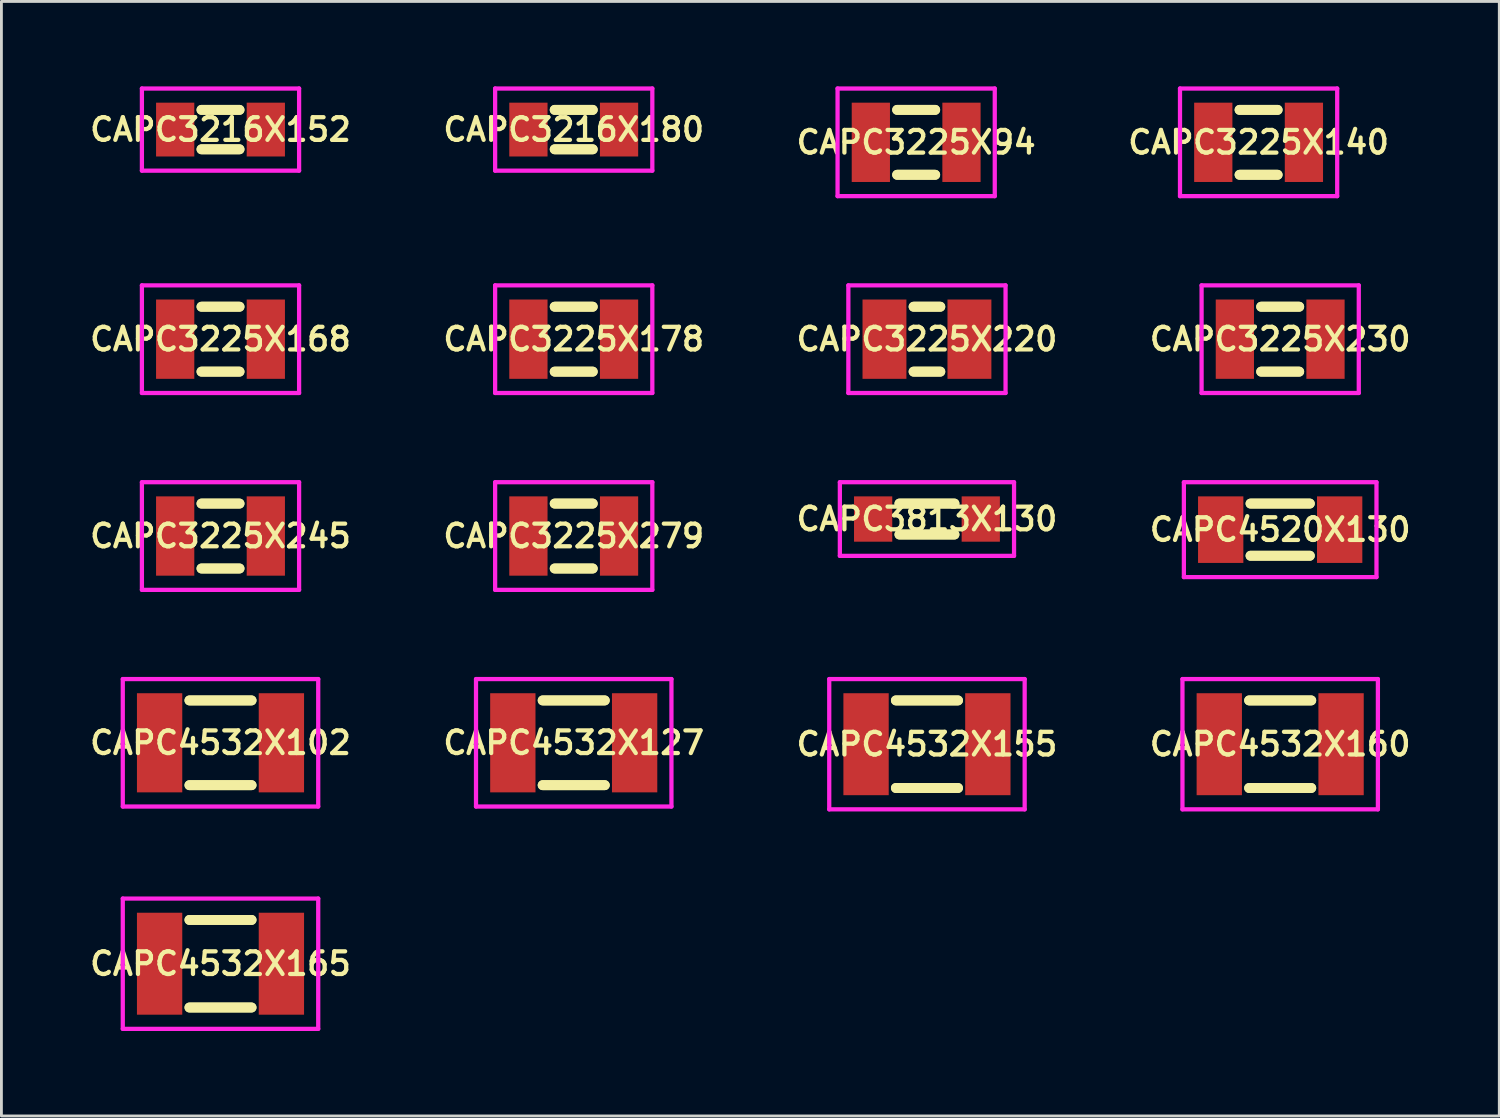
<source format=kicad_pcb>
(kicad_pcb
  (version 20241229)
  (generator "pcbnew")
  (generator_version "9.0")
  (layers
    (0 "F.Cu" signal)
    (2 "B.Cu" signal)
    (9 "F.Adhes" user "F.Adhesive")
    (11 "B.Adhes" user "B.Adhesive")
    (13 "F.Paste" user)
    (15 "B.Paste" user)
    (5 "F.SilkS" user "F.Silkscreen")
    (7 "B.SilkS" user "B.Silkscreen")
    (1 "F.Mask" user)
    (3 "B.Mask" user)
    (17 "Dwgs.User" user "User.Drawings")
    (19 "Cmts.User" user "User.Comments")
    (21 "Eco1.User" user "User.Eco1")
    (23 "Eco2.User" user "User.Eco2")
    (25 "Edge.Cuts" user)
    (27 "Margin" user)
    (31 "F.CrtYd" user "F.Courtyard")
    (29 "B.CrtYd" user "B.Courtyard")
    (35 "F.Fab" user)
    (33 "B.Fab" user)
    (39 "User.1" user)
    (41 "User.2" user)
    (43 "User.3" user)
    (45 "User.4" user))
  (footprint "CAPC3225X220"
    (layer "F.Cu")
    (at 29.677 8.925)
    (property "Reference" "CAPC3225X220" (at 0 0 0) (layer "F.SilkS") (effects (font (size 0.8 0.8) (thickness 0.15))))
    (attr smd)
    (fp_line (start -0.471 -1.146) (end 0.471 -1.146) (stroke (width 0.35) (type solid)) (layer "F.SilkS"))
    (fp_line (start -0.471 1.146) (end 0.471 1.146) (stroke (width 0.35) (type solid)) (layer "F.SilkS"))
    (fp_line (start 0.471 -1.146) (end -0.471 -1.146) (stroke (width 0.35) (type solid)) (layer "F.SilkS"))
    (fp_line (start 0.471 1.146) (end -0.471 1.146) (stroke (width 0.35) (type solid)) (layer "F.SilkS"))
    (fp_line (start -2.775 -1.9) (end 2.775 -1.9) (stroke (width 0.15) (type solid)) (layer "F.CrtYd"))
    (fp_line (start -2.775 1.9) (end -2.775 -1.9) (stroke (width 0.15) (type solid)) (layer "F.CrtYd"))
    (fp_line (start 2.775 -1.9) (end 2.775 1.9) (stroke (width 0.15) (type solid)) (layer "F.CrtYd"))
    (fp_line (start 2.775 1.9) (end -2.775 1.9) (stroke (width 0.15) (type solid)) (layer "F.CrtYd"))
    (pad "1" smd rect (at -1.5 0) (size 1.55 2.8) (layers "F.Cu" "F.Mask" "F.Paste"))
    (pad "2" smd rect (at 1.5 0) (size 1.55 2.8) (layers "F.Cu" "F.Mask" "F.Paste")))
  (footprint "CAPC4532X160"
    (layer "F.Cu")
    (at 42.148 23.225)
    (property "Reference" "CAPC4532X160" (at 0 0 0) (layer "F.SilkS") (effects (font (size 0.8 0.8) (thickness 0.15))))
    (attr smd)
    (fp_line (start -1.096 -1.546) (end 1.096 -1.546) (stroke (width 0.35) (type solid)) (layer "F.SilkS"))
    (fp_line (start -1.096 1.546) (end 1.096 1.546) (stroke (width 0.35) (type solid)) (layer "F.SilkS"))
    (fp_line (start 1.096 -1.546) (end -1.096 -1.546) (stroke (width 0.35) (type solid)) (layer "F.SilkS"))
    (fp_line (start 1.096 1.546) (end -1.096 1.546) (stroke (width 0.35) (type solid)) (layer "F.SilkS"))
    (fp_line (start -3.45 -2.3) (end 3.45 -2.3) (stroke (width 0.15) (type solid)) (layer "F.CrtYd"))
    (fp_line (start -3.45 2.3) (end -3.45 -2.3) (stroke (width 0.15) (type solid)) (layer "F.CrtYd"))
    (fp_line (start 3.45 -2.3) (end 3.45 2.3) (stroke (width 0.15) (type solid)) (layer "F.CrtYd"))
    (fp_line (start 3.45 2.3) (end -3.45 2.3) (stroke (width 0.15) (type solid)) (layer "F.CrtYd"))
    (pad "1" smd rect (at -2.15 0) (size 1.6 3.6) (layers "F.Cu" "F.Mask" "F.Paste"))
    (pad "2" smd rect (at 2.15 0) (size 1.6 3.6) (layers "F.Cu" "F.Mask" "F.Paste")))
  (footprint "CAPC4532X155"
    (layer "F.Cu")
    (at 29.677 23.225)
    (property "Reference" "CAPC4532X155" (at 0 0 0) (layer "F.SilkS") (effects (font (size 0.8 0.8) (thickness 0.15))))
    (attr smd)
    (fp_line (start -1.096 -1.546) (end 1.096 -1.546) (stroke (width 0.35) (type solid)) (layer "F.SilkS"))
    (fp_line (start -1.096 1.546) (end 1.096 1.546) (stroke (width 0.35) (type solid)) (layer "F.SilkS"))
    (fp_line (start 1.096 -1.546) (end -1.096 -1.546) (stroke (width 0.35) (type solid)) (layer "F.SilkS"))
    (fp_line (start 1.096 1.546) (end -1.096 1.546) (stroke (width 0.35) (type solid)) (layer "F.SilkS"))
    (fp_line (start -3.45 -2.3) (end 3.45 -2.3) (stroke (width 0.15) (type solid)) (layer "F.CrtYd"))
    (fp_line (start -3.45 2.3) (end -3.45 -2.3) (stroke (width 0.15) (type solid)) (layer "F.CrtYd"))
    (fp_line (start 3.45 -2.3) (end 3.45 2.3) (stroke (width 0.15) (type solid)) (layer "F.CrtYd"))
    (fp_line (start 3.45 2.3) (end -3.45 2.3) (stroke (width 0.15) (type solid)) (layer "F.CrtYd"))
    (pad "1" smd rect (at -2.15 0) (size 1.6 3.6) (layers "F.Cu" "F.Mask" "F.Paste"))
    (pad "2" smd rect (at 2.15 0) (size 1.6 3.6) (layers "F.Cu" "F.Mask" "F.Paste")))
  (footprint "CAPC3225X94"
    (layer "F.Cu")
    (at 29.296 1.975)
    (property "Reference" "CAPC3225X94" (at 0 0 0) (layer "F.SilkS") (effects (font (size 0.8 0.8) (thickness 0.15))))
    (attr smd)
    (fp_line (start -0.671 -1.146) (end 0.671 -1.146) (stroke (width 0.35) (type solid)) (layer "F.SilkS"))
    (fp_line (start -0.671 1.146) (end 0.671 1.146) (stroke (width 0.35) (type solid)) (layer "F.SilkS"))
    (fp_line (start 0.671 -1.146) (end -0.671 -1.146) (stroke (width 0.35) (type solid)) (layer "F.SilkS"))
    (fp_line (start 0.671 1.146) (end -0.671 1.146) (stroke (width 0.35) (type solid)) (layer "F.SilkS"))
    (fp_line (start -2.775 -1.9) (end 2.775 -1.9) (stroke (width 0.15) (type solid)) (layer "F.CrtYd"))
    (fp_line (start -2.775 1.9) (end -2.775 -1.9) (stroke (width 0.15) (type solid)) (layer "F.CrtYd"))
    (fp_line (start 2.775 -1.9) (end 2.775 1.9) (stroke (width 0.15) (type solid)) (layer "F.CrtYd"))
    (fp_line (start 2.775 1.9) (end -2.775 1.9) (stroke (width 0.15) (type solid)) (layer "F.CrtYd"))
    (pad "1" smd rect (at -1.6 0) (size 1.35 2.8) (layers "F.Cu" "F.Mask" "F.Paste"))
    (pad "2" smd rect (at 1.6 0) (size 1.35 2.8) (layers "F.Cu" "F.Mask" "F.Paste")))
  (footprint "CAPC3225X230"
    (layer "F.Cu")
    (at 42.148 8.925)
    (property "Reference" "CAPC3225X230" (at 0 0 0) (layer "F.SilkS") (effects (font (size 0.8 0.8) (thickness 0.15))))
    (attr smd)
    (fp_line (start -0.671 -1.146) (end 0.671 -1.146) (stroke (width 0.35) (type solid)) (layer "F.SilkS"))
    (fp_line (start -0.671 1.146) (end 0.671 1.146) (stroke (width 0.35) (type solid)) (layer "F.SilkS"))
    (fp_line (start 0.671 -1.146) (end -0.671 -1.146) (stroke (width 0.35) (type solid)) (layer "F.SilkS"))
    (fp_line (start 0.671 1.146) (end -0.671 1.146) (stroke (width 0.35) (type solid)) (layer "F.SilkS"))
    (fp_line (start -2.775 -1.9) (end 2.775 -1.9) (stroke (width 0.15) (type solid)) (layer "F.CrtYd"))
    (fp_line (start -2.775 1.9) (end -2.775 -1.9) (stroke (width 0.15) (type solid)) (layer "F.CrtYd"))
    (fp_line (start 2.775 -1.9) (end 2.775 1.9) (stroke (width 0.15) (type solid)) (layer "F.CrtYd"))
    (fp_line (start 2.775 1.9) (end -2.775 1.9) (stroke (width 0.15) (type solid)) (layer "F.CrtYd"))
    (pad "1" smd rect (at -1.6 0) (size 1.35 2.8) (layers "F.Cu" "F.Mask" "F.Paste"))
    (pad "2" smd rect (at 1.6 0) (size 1.35 2.8) (layers "F.Cu" "F.Mask" "F.Paste")))
  (footprint "CAPC3225X140"
    (layer "F.Cu")
    (at 41.386 1.975)
    (property "Reference" "CAPC3225X140" (at 0 0 0) (layer "F.SilkS") (effects (font (size 0.8 0.8) (thickness 0.15))))
    (attr smd)
    (fp_line (start -0.671 -1.146) (end 0.671 -1.146) (stroke (width 0.35) (type solid)) (layer "F.SilkS"))
    (fp_line (start -0.671 1.146) (end 0.671 1.146) (stroke (width 0.35) (type solid)) (layer "F.SilkS"))
    (fp_line (start 0.671 -1.146) (end -0.671 -1.146) (stroke (width 0.35) (type solid)) (layer "F.SilkS"))
    (fp_line (start 0.671 1.146) (end -0.671 1.146) (stroke (width 0.35) (type solid)) (layer "F.SilkS"))
    (fp_line (start -2.775 -1.9) (end 2.775 -1.9) (stroke (width 0.15) (type solid)) (layer "F.CrtYd"))
    (fp_line (start -2.775 1.9) (end -2.775 -1.9) (stroke (width 0.15) (type solid)) (layer "F.CrtYd"))
    (fp_line (start 2.775 -1.9) (end 2.775 1.9) (stroke (width 0.15) (type solid)) (layer "F.CrtYd"))
    (fp_line (start 2.775 1.9) (end -2.775 1.9) (stroke (width 0.15) (type solid)) (layer "F.CrtYd"))
    (pad "1" smd rect (at -1.6 0) (size 1.35 2.8) (layers "F.Cu" "F.Mask" "F.Paste"))
    (pad "2" smd rect (at 1.6 0) (size 1.35 2.8) (layers "F.Cu" "F.Mask" "F.Paste")))
  (footprint "CAPC3225X245"
    (layer "F.Cu")
    (at 4.735 15.875)
    (property "Reference" "CAPC3225X245" (at 0 0 0) (layer "F.SilkS") (effects (font (size 0.8 0.8) (thickness 0.15))))
    (attr smd)
    (fp_line (start -0.671 -1.146) (end 0.671 -1.146) (stroke (width 0.35) (type solid)) (layer "F.SilkS"))
    (fp_line (start -0.671 1.146) (end 0.671 1.146) (stroke (width 0.35) (type solid)) (layer "F.SilkS"))
    (fp_line (start 0.671 -1.146) (end -0.671 -1.146) (stroke (width 0.35) (type solid)) (layer "F.SilkS"))
    (fp_line (start 0.671 1.146) (end -0.671 1.146) (stroke (width 0.35) (type solid)) (layer "F.SilkS"))
    (fp_line (start -2.775 -1.9) (end 2.775 -1.9) (stroke (width 0.15) (type solid)) (layer "F.CrtYd"))
    (fp_line (start -2.775 1.9) (end -2.775 -1.9) (stroke (width 0.15) (type solid)) (layer "F.CrtYd"))
    (fp_line (start 2.775 -1.9) (end 2.775 1.9) (stroke (width 0.15) (type solid)) (layer "F.CrtYd"))
    (fp_line (start 2.775 1.9) (end -2.775 1.9) (stroke (width 0.15) (type solid)) (layer "F.CrtYd"))
    (pad "1" smd rect (at -1.6 0) (size 1.35 2.8) (layers "F.Cu" "F.Mask" "F.Paste"))
    (pad "2" smd rect (at 1.6 0) (size 1.35 2.8) (layers "F.Cu" "F.Mask" "F.Paste")))
  (footprint "CAPC3216X180"
    (layer "F.Cu")
    (at 17.206 1.525)
    (property "Reference" "CAPC3216X180" (at 0 0 0) (layer "F.SilkS") (effects (font (size 0.8 0.8) (thickness 0.15))))
    (attr smd)
    (fp_line (start -0.671 -0.696) (end 0.671 -0.696) (stroke (width 0.35) (type solid)) (layer "F.SilkS"))
    (fp_line (start -0.671 0.696) (end 0.671 0.696) (stroke (width 0.35) (type solid)) (layer "F.SilkS"))
    (fp_line (start 0.671 -0.696) (end -0.671 -0.696) (stroke (width 0.35) (type solid)) (layer "F.SilkS"))
    (fp_line (start 0.671 0.696) (end -0.671 0.696) (stroke (width 0.35) (type solid)) (layer "F.SilkS"))
    (fp_line (start -2.775 -1.45) (end 2.775 -1.45) (stroke (width 0.15) (type solid)) (layer "F.CrtYd"))
    (fp_line (start -2.775 1.45) (end -2.775 -1.45) (stroke (width 0.15) (type solid)) (layer "F.CrtYd"))
    (fp_line (start 2.775 -1.45) (end 2.775 1.45) (stroke (width 0.15) (type solid)) (layer "F.CrtYd"))
    (fp_line (start 2.775 1.45) (end -2.775 1.45) (stroke (width 0.15) (type solid)) (layer "F.CrtYd"))
    (pad "1" smd rect (at -1.6 0) (size 1.35 1.9) (layers "F.Cu" "F.Mask" "F.Paste"))
    (pad "2" smd rect (at 1.6 0) (size 1.35 1.9) (layers "F.Cu" "F.Mask" "F.Paste")))
  (footprint "CAPC4532X165"
    (layer "F.Cu")
    (at 4.735 30.975)
    (property "Reference" "CAPC4532X165" (at 0 0 0) (layer "F.SilkS") (effects (font (size 0.8 0.8) (thickness 0.15))))
    (attr smd)
    (fp_line (start -1.096 -1.546) (end 1.096 -1.546) (stroke (width 0.35) (type solid)) (layer "F.SilkS"))
    (fp_line (start -1.096 1.546) (end 1.096 1.546) (stroke (width 0.35) (type solid)) (layer "F.SilkS"))
    (fp_line (start 1.096 -1.546) (end -1.096 -1.546) (stroke (width 0.35) (type solid)) (layer "F.SilkS"))
    (fp_line (start 1.096 1.546) (end -1.096 1.546) (stroke (width 0.35) (type solid)) (layer "F.SilkS"))
    (fp_line (start -3.45 -2.3) (end 3.45 -2.3) (stroke (width 0.15) (type solid)) (layer "F.CrtYd"))
    (fp_line (start -3.45 2.3) (end -3.45 -2.3) (stroke (width 0.15) (type solid)) (layer "F.CrtYd"))
    (fp_line (start 3.45 -2.3) (end 3.45 2.3) (stroke (width 0.15) (type solid)) (layer "F.CrtYd"))
    (fp_line (start 3.45 2.3) (end -3.45 2.3) (stroke (width 0.15) (type solid)) (layer "F.CrtYd"))
    (pad "1" smd rect (at -2.15 0) (size 1.6 3.6) (layers "F.Cu" "F.Mask" "F.Paste"))
    (pad "2" smd rect (at 2.15 0) (size 1.6 3.6) (layers "F.Cu" "F.Mask" "F.Paste")))
  (footprint "CAPC3813X130"
    (layer "F.Cu")
    (at 29.677 15.275)
    (property "Reference" "CAPC3813X130" (at 0 0 0) (layer "F.SilkS") (effects (font (size 0.8 0.8) (thickness 0.15))))
    (attr smd)
    (fp_line (start -0.971 -0.546) (end 0.971 -0.546) (stroke (width 0.35) (type solid)) (layer "F.SilkS"))
    (fp_line (start -0.971 0.546) (end 0.971 0.546) (stroke (width 0.35) (type solid)) (layer "F.SilkS"))
    (fp_line (start 0.971 -0.546) (end -0.971 -0.546) (stroke (width 0.35) (type solid)) (layer "F.SilkS"))
    (fp_line (start 0.971 0.546) (end -0.971 0.546) (stroke (width 0.35) (type solid)) (layer "F.SilkS"))
    (fp_line (start -3.075 -1.3) (end 3.075 -1.3) (stroke (width 0.15) (type solid)) (layer "F.CrtYd"))
    (fp_line (start -3.075 1.3) (end -3.075 -1.3) (stroke (width 0.15) (type solid)) (layer "F.CrtYd"))
    (fp_line (start 3.075 -1.3) (end 3.075 1.3) (stroke (width 0.15) (type solid)) (layer "F.CrtYd"))
    (fp_line (start 3.075 1.3) (end -3.075 1.3) (stroke (width 0.15) (type solid)) (layer "F.CrtYd"))
    (pad "1" smd rect (at -1.9 0) (size 1.35 1.6) (layers "F.Cu" "F.Mask" "F.Paste"))
    (pad "2" smd rect (at 1.9 0) (size 1.35 1.6) (layers "F.Cu" "F.Mask" "F.Paste")))
  (footprint "CAPC3225X178"
    (layer "F.Cu")
    (at 17.206 8.925)
    (property "Reference" "CAPC3225X178" (at 0 0 0) (layer "F.SilkS") (effects (font (size 0.8 0.8) (thickness 0.15))))
    (attr smd)
    (fp_line (start -0.671 -1.146) (end 0.671 -1.146) (stroke (width 0.35) (type solid)) (layer "F.SilkS"))
    (fp_line (start -0.671 1.146) (end 0.671 1.146) (stroke (width 0.35) (type solid)) (layer "F.SilkS"))
    (fp_line (start 0.671 -1.146) (end -0.671 -1.146) (stroke (width 0.35) (type solid)) (layer "F.SilkS"))
    (fp_line (start 0.671 1.146) (end -0.671 1.146) (stroke (width 0.35) (type solid)) (layer "F.SilkS"))
    (fp_line (start -2.775 -1.9) (end 2.775 -1.9) (stroke (width 0.15) (type solid)) (layer "F.CrtYd"))
    (fp_line (start -2.775 1.9) (end -2.775 -1.9) (stroke (width 0.15) (type solid)) (layer "F.CrtYd"))
    (fp_line (start 2.775 -1.9) (end 2.775 1.9) (stroke (width 0.15) (type solid)) (layer "F.CrtYd"))
    (fp_line (start 2.775 1.9) (end -2.775 1.9) (stroke (width 0.15) (type solid)) (layer "F.CrtYd"))
    (pad "1" smd rect (at -1.6 0) (size 1.35 2.8) (layers "F.Cu" "F.Mask" "F.Paste"))
    (pad "2" smd rect (at 1.6 0) (size 1.35 2.8) (layers "F.Cu" "F.Mask" "F.Paste")))
  (footprint "CAPC3225X168"
    (layer "F.Cu")
    (at 4.735 8.925)
    (property "Reference" "CAPC3225X168" (at 0 0 0) (layer "F.SilkS") (effects (font (size 0.8 0.8) (thickness 0.15))))
    (attr smd)
    (fp_line (start -0.671 -1.146) (end 0.671 -1.146) (stroke (width 0.35) (type solid)) (layer "F.SilkS"))
    (fp_line (start -0.671 1.146) (end 0.671 1.146) (stroke (width 0.35) (type solid)) (layer "F.SilkS"))
    (fp_line (start 0.671 -1.146) (end -0.671 -1.146) (stroke (width 0.35) (type solid)) (layer "F.SilkS"))
    (fp_line (start 0.671 1.146) (end -0.671 1.146) (stroke (width 0.35) (type solid)) (layer "F.SilkS"))
    (fp_line (start -2.775 -1.9) (end 2.775 -1.9) (stroke (width 0.15) (type solid)) (layer "F.CrtYd"))
    (fp_line (start -2.775 1.9) (end -2.775 -1.9) (stroke (width 0.15) (type solid)) (layer "F.CrtYd"))
    (fp_line (start 2.775 -1.9) (end 2.775 1.9) (stroke (width 0.15) (type solid)) (layer "F.CrtYd"))
    (fp_line (start 2.775 1.9) (end -2.775 1.9) (stroke (width 0.15) (type solid)) (layer "F.CrtYd"))
    (pad "1" smd rect (at -1.6 0) (size 1.35 2.8) (layers "F.Cu" "F.Mask" "F.Paste"))
    (pad "2" smd rect (at 1.6 0) (size 1.35 2.8) (layers "F.Cu" "F.Mask" "F.Paste")))
  (footprint "CAPC4532X127"
    (layer "F.Cu")
    (at 17.206 23.175)
    (property "Reference" "CAPC4532X127" (at 0 0 0) (layer "F.SilkS") (effects (font (size 0.8 0.8) (thickness 0.15))))
    (attr smd)
    (fp_line (start -1.096 -1.496) (end 1.096 -1.496) (stroke (width 0.35) (type solid)) (layer "F.SilkS"))
    (fp_line (start -1.096 1.496) (end 1.096 1.496) (stroke (width 0.35) (type solid)) (layer "F.SilkS"))
    (fp_line (start 1.096 -1.496) (end -1.096 -1.496) (stroke (width 0.35) (type solid)) (layer "F.SilkS"))
    (fp_line (start 1.096 1.496) (end -1.096 1.496) (stroke (width 0.35) (type solid)) (layer "F.SilkS"))
    (fp_line (start -3.45 -2.25) (end 3.45 -2.25) (stroke (width 0.15) (type solid)) (layer "F.CrtYd"))
    (fp_line (start -3.45 2.25) (end -3.45 -2.25) (stroke (width 0.15) (type solid)) (layer "F.CrtYd"))
    (fp_line (start 3.45 -2.25) (end 3.45 2.25) (stroke (width 0.15) (type solid)) (layer "F.CrtYd"))
    (fp_line (start 3.45 2.25) (end -3.45 2.25) (stroke (width 0.15) (type solid)) (layer "F.CrtYd"))
    (pad "1" smd rect (at -2.15 0) (size 1.6 3.5) (layers "F.Cu" "F.Mask" "F.Paste"))
    (pad "2" smd rect (at 2.15 0) (size 1.6 3.5) (layers "F.Cu" "F.Mask" "F.Paste")))
  (footprint "CAPC3225X279"
    (layer "F.Cu")
    (at 17.206 15.875)
    (property "Reference" "CAPC3225X279" (at 0 0 0) (layer "F.SilkS") (effects (font (size 0.8 0.8) (thickness 0.15))))
    (attr smd)
    (fp_line (start -0.671 -1.146) (end 0.671 -1.146) (stroke (width 0.35) (type solid)) (layer "F.SilkS"))
    (fp_line (start -0.671 1.146) (end 0.671 1.146) (stroke (width 0.35) (type solid)) (layer "F.SilkS"))
    (fp_line (start 0.671 -1.146) (end -0.671 -1.146) (stroke (width 0.35) (type solid)) (layer "F.SilkS"))
    (fp_line (start 0.671 1.146) (end -0.671 1.146) (stroke (width 0.35) (type solid)) (layer "F.SilkS"))
    (fp_line (start -2.775 -1.9) (end 2.775 -1.9) (stroke (width 0.15) (type solid)) (layer "F.CrtYd"))
    (fp_line (start -2.775 1.9) (end -2.775 -1.9) (stroke (width 0.15) (type solid)) (layer "F.CrtYd"))
    (fp_line (start 2.775 -1.9) (end 2.775 1.9) (stroke (width 0.15) (type solid)) (layer "F.CrtYd"))
    (fp_line (start 2.775 1.9) (end -2.775 1.9) (stroke (width 0.15) (type solid)) (layer "F.CrtYd"))
    (pad "1" smd rect (at -1.6 0) (size 1.35 2.8) (layers "F.Cu" "F.Mask" "F.Paste"))
    (pad "2" smd rect (at 1.6 0) (size 1.35 2.8) (layers "F.Cu" "F.Mask" "F.Paste")))
  (footprint "CAPC3216X152"
    (layer "F.Cu")
    (at 4.735 1.525)
    (property "Reference" "CAPC3216X152" (at 0 0 0) (layer "F.SilkS") (effects (font (size 0.8 0.8) (thickness 0.15))))
    (attr smd)
    (fp_line (start -0.671 -0.696) (end 0.671 -0.696) (stroke (width 0.35) (type solid)) (layer "F.SilkS"))
    (fp_line (start -0.671 0.696) (end 0.671 0.696) (stroke (width 0.35) (type solid)) (layer "F.SilkS"))
    (fp_line (start 0.671 -0.696) (end -0.671 -0.696) (stroke (width 0.35) (type solid)) (layer "F.SilkS"))
    (fp_line (start 0.671 0.696) (end -0.671 0.696) (stroke (width 0.35) (type solid)) (layer "F.SilkS"))
    (fp_line (start -2.775 -1.45) (end 2.775 -1.45) (stroke (width 0.15) (type solid)) (layer "F.CrtYd"))
    (fp_line (start -2.775 1.45) (end -2.775 -1.45) (stroke (width 0.15) (type solid)) (layer "F.CrtYd"))
    (fp_line (start 2.775 -1.45) (end 2.775 1.45) (stroke (width 0.15) (type solid)) (layer "F.CrtYd"))
    (fp_line (start 2.775 1.45) (end -2.775 1.45) (stroke (width 0.15) (type solid)) (layer "F.CrtYd"))
    (pad "1" smd rect (at -1.6 0) (size 1.35 1.9) (layers "F.Cu" "F.Mask" "F.Paste"))
    (pad "2" smd rect (at 1.6 0) (size 1.35 1.9) (layers "F.Cu" "F.Mask" "F.Paste")))
  (footprint "CAPC4532X102"
    (layer "F.Cu")
    (at 4.735 23.175)
    (property "Reference" "CAPC4532X102" (at 0 0 0) (layer "F.SilkS") (effects (font (size 0.8 0.8) (thickness 0.15))))
    (attr smd)
    (fp_line (start -1.096 -1.496) (end 1.096 -1.496) (stroke (width 0.35) (type solid)) (layer "F.SilkS"))
    (fp_line (start -1.096 1.496) (end 1.096 1.496) (stroke (width 0.35) (type solid)) (layer "F.SilkS"))
    (fp_line (start 1.096 -1.496) (end -1.096 -1.496) (stroke (width 0.35) (type solid)) (layer "F.SilkS"))
    (fp_line (start 1.096 1.496) (end -1.096 1.496) (stroke (width 0.35) (type solid)) (layer "F.SilkS"))
    (fp_line (start -3.45 -2.25) (end 3.45 -2.25) (stroke (width 0.15) (type solid)) (layer "F.CrtYd"))
    (fp_line (start -3.45 2.25) (end -3.45 -2.25) (stroke (width 0.15) (type solid)) (layer "F.CrtYd"))
    (fp_line (start 3.45 -2.25) (end 3.45 2.25) (stroke (width 0.15) (type solid)) (layer "F.CrtYd"))
    (fp_line (start 3.45 2.25) (end -3.45 2.25) (stroke (width 0.15) (type solid)) (layer "F.CrtYd"))
    (pad "1" smd rect (at -2.15 0) (size 1.6 3.5) (layers "F.Cu" "F.Mask" "F.Paste"))
    (pad "2" smd rect (at 2.15 0) (size 1.6 3.5) (layers "F.Cu" "F.Mask" "F.Paste")))
  (footprint "CAPC4520X130"
    (layer "F.Cu")
    (at 42.148 15.65)
    (property "Reference" "CAPC4520X130" (at 0 0 0) (layer "F.SilkS") (effects (font (size 0.8 0.8) (thickness 0.15))))
    (attr smd)
    (fp_line (start -1.046 -0.921) (end 1.046 -0.921) (stroke (width 0.35) (type solid)) (layer "F.SilkS"))
    (fp_line (start -1.046 0.921) (end 1.046 0.921) (stroke (width 0.35) (type solid)) (layer "F.SilkS"))
    (fp_line (start 1.046 -0.921) (end -1.046 -0.921) (stroke (width 0.35) (type solid)) (layer "F.SilkS"))
    (fp_line (start 1.046 0.921) (end -1.046 0.921) (stroke (width 0.35) (type solid)) (layer "F.SilkS"))
    (fp_line (start -3.4 -1.675) (end 3.4 -1.675) (stroke (width 0.15) (type solid)) (layer "F.CrtYd"))
    (fp_line (start -3.4 1.675) (end -3.4 -1.675) (stroke (width 0.15) (type solid)) (layer "F.CrtYd"))
    (fp_line (start 3.4 -1.675) (end 3.4 1.675) (stroke (width 0.15) (type solid)) (layer "F.CrtYd"))
    (fp_line (start 3.4 1.675) (end -3.4 1.675) (stroke (width 0.15) (type solid)) (layer "F.CrtYd"))
    (pad "1" smd rect (at -2.1 0) (size 1.6 2.35) (layers "F.Cu" "F.Mask" "F.Paste"))
    (pad "2" smd rect (at 2.1 0) (size 1.6 2.35) (layers "F.Cu" "F.Mask" "F.Paste")))
  (gr_rect
    (start -3 -3)
    (end 49.884 36.35)
    (stroke (width 0.1) (type default))
    (fill no)
    (layer "Edge.Cuts")))
</source>
